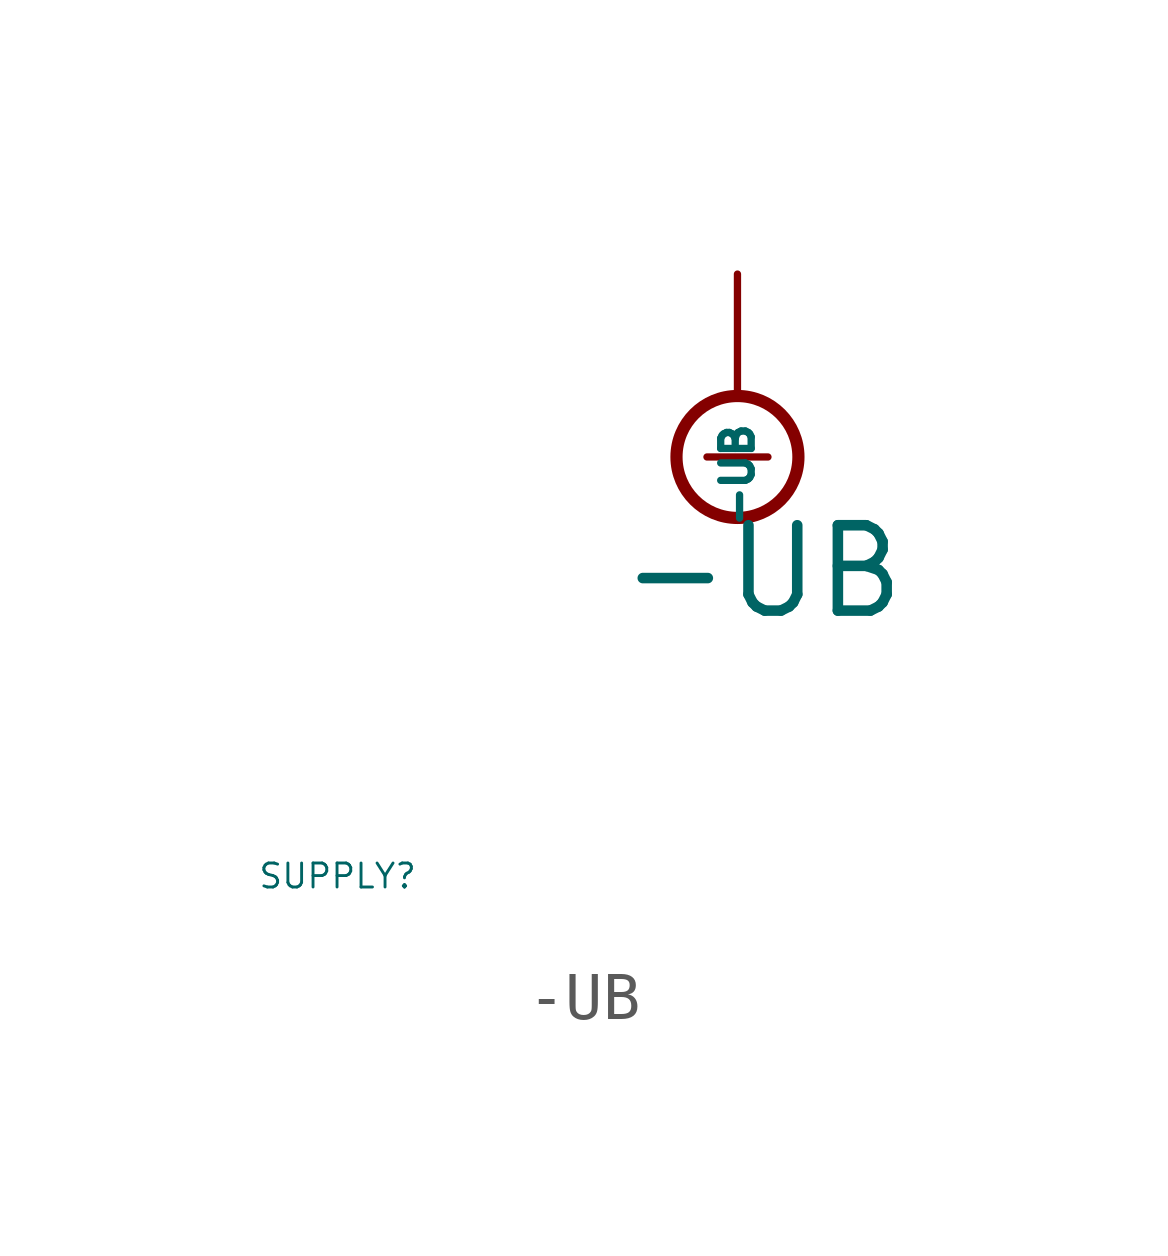
<source format=kicad_sym>
(kicad_symbol_lib
  (version 20220914)
  (generator Eagle2Kicad)
  (symbol "-UB"
    (property "Reference" "SUPPLY"
      (at -10 -10 0)
      (effects (font (size 0.5 0.5) (thickness 0.06)) (justify left)))
    (property "Value" "-UB"
      (at -2.54 -4.699 0)
      (effects (font (size 1.778 1.778) (thickness 0.22)) (justify left bottom)))
    (polyline
      (pts (xy -0.635 -1.27) (xy 0.635 -1.27))
      (stroke (width 0.152) (type default))
      (fill (type none)))
    (circle
      (center 0 -1.27)
      (radius 1.27)
      (stroke (width 0.254) (type default))
      (fill (type none)))
    (pin unspecified line
      (at 0 2.54 270)
      (length 2.54)
      (name "-UB" (effects (font (size 0.635 0.635) (thickness 0.08)) (justify left bottom)))
      (number "" (effects (font (size 0.635 0.635) (thickness 0.08)) (justify left bottom))))))
</source>
